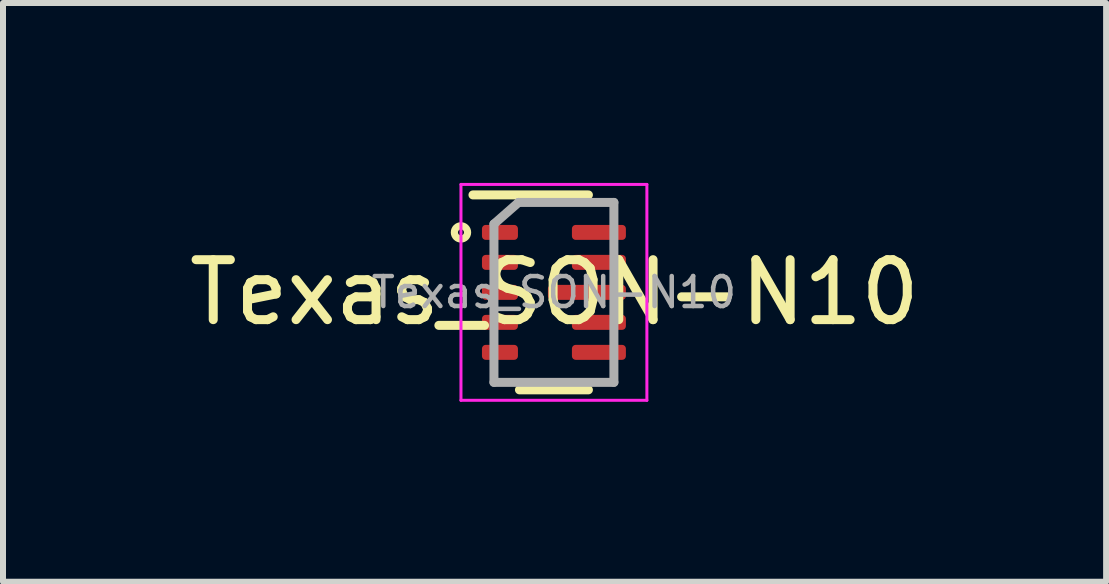
<source format=kicad_pcb>
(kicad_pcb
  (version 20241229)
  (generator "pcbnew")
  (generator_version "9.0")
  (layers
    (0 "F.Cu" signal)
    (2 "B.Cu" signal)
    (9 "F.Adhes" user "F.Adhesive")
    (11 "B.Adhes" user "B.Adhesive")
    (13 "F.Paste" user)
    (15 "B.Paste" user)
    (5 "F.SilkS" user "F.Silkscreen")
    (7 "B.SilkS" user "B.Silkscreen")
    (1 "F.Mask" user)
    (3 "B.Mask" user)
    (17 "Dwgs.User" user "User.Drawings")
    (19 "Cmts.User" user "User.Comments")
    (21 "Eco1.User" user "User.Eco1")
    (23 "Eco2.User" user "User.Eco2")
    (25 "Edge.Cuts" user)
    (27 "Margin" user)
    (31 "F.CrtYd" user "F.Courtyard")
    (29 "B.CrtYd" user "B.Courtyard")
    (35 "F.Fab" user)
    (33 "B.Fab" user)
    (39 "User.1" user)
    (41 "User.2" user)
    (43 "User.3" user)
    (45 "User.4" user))
  (footprint "Texas_SON-N10"
    (layer "F.Cu")
    (at 6.186 1.825)
    (property "Reference" "Texas_SON-N10" (at 0.01 0 0) (layer "F.SilkS") (effects (font (size 1 1) (thickness 0.15))))
    (attr through_hole)
    (fp_line (start -1.35 -1.625) (end 0.575 -1.625) (stroke (width 0.15) (type solid)) (layer "F.SilkS"))
    (fp_line (start -0.575 1.625) (end 0.575 1.625) (stroke (width 0.15) (type solid)) (layer "F.SilkS"))
    (fp_circle (center -1.55 -1) (end -1.52 -0.96) (stroke (width 0.12) (type solid)) (fill no) (layer "F.SilkS"))
    (fp_line (start -1.55 -1.8) (end -1.55 1.8) (stroke (width 0.05) (type solid)) (layer "F.CrtYd"))
    (fp_line (start -1.55 -1.8) (end 1.55 -1.8) (stroke (width 0.05) (type solid)) (layer "F.CrtYd"))
    (fp_line (start -1.55 1.8) (end 1.55 1.8) (stroke (width 0.05) (type solid)) (layer "F.CrtYd"))
    (fp_line (start 1.55 -1.8) (end 1.55 1.8) (stroke (width 0.05) (type solid)) (layer "F.CrtYd"))
    (fp_line (start -1 -1.14) (end -0.59 -1.5) (stroke (width 0.15) (type solid)) (layer "F.Fab"))
    (fp_line (start -1 1.5) (end -1 -1.14) (stroke (width 0.15) (type solid)) (layer "F.Fab"))
    (fp_line (start -0.59 -1.5) (end 1 -1.5) (stroke (width 0.15) (type solid)) (layer "F.Fab"))
    (fp_line (start 1 -1.5) (end 1 1.5) (stroke (width 0.15) (type solid)) (layer "F.Fab"))
    (fp_line (start 1 1.5) (end -1 1.5) (stroke (width 0.15) (type solid)) (layer "F.Fab"))
    (fp_text user "${REFERENCE}" (at 0 0 0) (layer "F.Fab") (effects (font (size 0.5 0.5) (thickness 0.075))))
    (pad "1" smd roundrect (at -0.9 -1) (size 0.6 0.25) (layers "F.Cu" "F.Mask" "F.Paste") (roundrect_rratio 0.25))
    (pad "2" smd roundrect (at -0.9 -0.5) (size 0.6 0.25) (layers "F.Cu" "F.Mask" "F.Paste") (roundrect_rratio 0.25))
    (pad "3" smd roundrect (at -0.9 0) (size 0.6 0.25) (layers "F.Cu" "F.Mask" "F.Paste") (roundrect_rratio 0.25))
    (pad "4" smd roundrect (at -0.9 0.5) (size 0.6 0.25) (layers "F.Cu" "F.Mask" "F.Paste") (roundrect_rratio 0.25))
    (pad "5" smd roundrect (at -0.9 1) (size 0.6 0.25) (layers "F.Cu" "F.Mask" "F.Paste") (roundrect_rratio 0.25))
    (pad "6" smd roundrect (at 0.75 1) (size 0.9 0.25) (layers "F.Cu" "F.Mask" "F.Paste") (roundrect_rratio 0.25))
    (pad "7" smd roundrect (at 0.75 0.5) (size 0.9 0.25) (layers "F.Cu" "F.Mask" "F.Paste") (roundrect_rratio 0.25))
    (pad "8" smd roundrect (at 0.55 0) (size 1.3 0.25) (layers "F.Cu" "F.Mask" "F.Paste") (roundrect_rratio 0.25))
    (pad "9" smd roundrect (at 0.75 -0.5) (size 0.9 0.25) (layers "F.Cu" "F.Mask" "F.Paste") (roundrect_rratio 0.25))
    (pad "10" smd roundrect (at 0.75 -1) (size 0.9 0.25) (layers "F.Cu" "F.Mask" "F.Paste") (roundrect_rratio 0.25)))
  (gr_rect
    (start -3 -3)
    (end 15.393 6.65)
    (stroke (width 0.1) (type default))
    (fill no)
    (layer "Edge.Cuts")))
</source>
